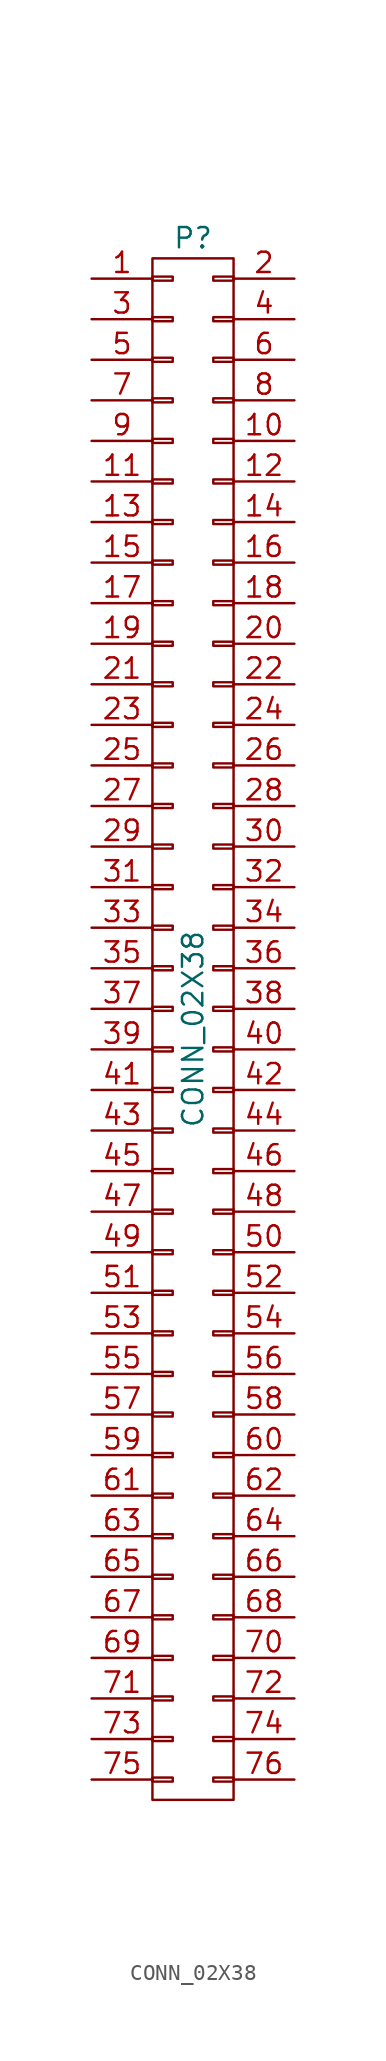
<source format=kicad_sym>
(kicad_symbol_lib
  (version 20231120)
  (generator "kicad_symbol_editor")
  (generator_version "8.0")
  (symbol "CONN_02X38"
    (pin_names
      (offset 0.025) hide)
    (property "Reference" "P"
      (at 0 49.53 0)
      (effects (font (size 1.27 1.27))))
    (property "Value" "CONN_02X38"
      (at 0 0 90)
      (effects (font (size 1.27 1.27))))
    (property "Footprint" ""
      (at 0 -2.54 0)
      (effects (font (size 1.27 1.27))))
    (property "Datasheet" ""
      (at 0 -2.54 0)
      (effects (font (size 1.27 1.27))))
    (symbol "CONN_02X38_0_1"
      (rectangle (start -2.54 -48.26) (end 2.54 48.26) (stroke (width 0) (type solid)) (fill (type none)))
      (rectangle (start -2.54 -46.863) (end -1.27 -47.117) (stroke (width 0) (type solid)) (fill (type none)))
      (rectangle (start -2.54 -44.323) (end -1.27 -44.577) (stroke (width 0) (type solid)) (fill (type none)))
      (rectangle (start -2.54 -41.783) (end -1.27 -42.037) (stroke (width 0) (type solid)) (fill (type none)))
      (rectangle (start -2.54 -39.243) (end -1.27 -39.497) (stroke (width 0) (type solid)) (fill (type none)))
      (rectangle (start -2.54 -36.703) (end -1.27 -36.957) (stroke (width 0) (type solid)) (fill (type none)))
      (rectangle (start -2.54 -34.163) (end -1.27 -34.417) (stroke (width 0) (type solid)) (fill (type none)))
      (rectangle (start -2.54 -31.623) (end -1.27 -31.877) (stroke (width 0) (type solid)) (fill (type none)))
      (rectangle (start -2.54 -29.083) (end -1.27 -29.337) (stroke (width 0) (type solid)) (fill (type none)))
      (rectangle (start -2.54 -26.543) (end -1.27 -26.797) (stroke (width 0) (type solid)) (fill (type none)))
      (rectangle (start -2.54 -24.003) (end -1.27 -24.257) (stroke (width 0) (type solid)) (fill (type none)))
      (rectangle (start -2.54 -21.463) (end -1.27 -21.717) (stroke (width 0) (type solid)) (fill (type none)))
      (rectangle (start -2.54 -18.923) (end -1.27 -19.177) (stroke (width 0) (type solid)) (fill (type none)))
      (rectangle (start -2.54 -16.383) (end -1.27 -16.637) (stroke (width 0) (type solid)) (fill (type none)))
      (rectangle (start -2.54 -13.843) (end -1.27 -14.097) (stroke (width 0) (type solid)) (fill (type none)))
      (rectangle (start -2.54 -11.303) (end -1.27 -11.557) (stroke (width 0) (type solid)) (fill (type none)))
      (rectangle (start -2.54 -8.763) (end -1.27 -9.017) (stroke (width 0) (type solid)) (fill (type none)))
      (rectangle (start -2.54 -6.223) (end -1.27 -6.477) (stroke (width 0) (type solid)) (fill (type none)))
      (rectangle (start -2.54 -3.683) (end -1.27 -3.937) (stroke (width 0) (type solid)) (fill (type none)))
      (rectangle (start -2.54 -1.143) (end -1.27 -1.397) (stroke (width 0) (type solid)) (fill (type none)))
      (rectangle (start -2.54 1.397) (end -1.27 1.143) (stroke (width 0) (type solid)) (fill (type none)))
      (rectangle (start -2.54 3.937) (end -1.27 3.683) (stroke (width 0) (type solid)) (fill (type none)))
      (rectangle (start -2.54 6.477) (end -1.27 6.223) (stroke (width 0) (type solid)) (fill (type none)))
      (rectangle (start -2.54 9.017) (end -1.27 8.763) (stroke (width 0) (type solid)) (fill (type none)))
      (rectangle (start -2.54 11.557) (end -1.27 11.303) (stroke (width 0) (type solid)) (fill (type none)))
      (rectangle (start -2.54 14.097) (end -1.27 13.843) (stroke (width 0) (type solid)) (fill (type none)))
      (rectangle (start -2.54 16.637) (end -1.27 16.383) (stroke (width 0) (type solid)) (fill (type none)))
      (rectangle (start -2.54 19.177) (end -1.27 18.923) (stroke (width 0) (type solid)) (fill (type none)))
      (rectangle (start -2.54 21.717) (end -1.27 21.463) (stroke (width 0) (type solid)) (fill (type none)))
      (rectangle (start -2.54 24.257) (end -1.27 24.003) (stroke (width 0) (type solid)) (fill (type none)))
      (rectangle (start -2.54 26.797) (end -1.27 26.543) (stroke (width 0) (type solid)) (fill (type none)))
      (rectangle (start -2.54 29.337) (end -1.27 29.083) (stroke (width 0) (type solid)) (fill (type none)))
      (rectangle (start -2.54 31.877) (end -1.27 31.623) (stroke (width 0) (type solid)) (fill (type none)))
      (rectangle (start -2.54 34.417) (end -1.27 34.163) (stroke (width 0) (type solid)) (fill (type none)))
      (rectangle (start -2.54 36.957) (end -1.27 36.703) (stroke (width 0) (type solid)) (fill (type none)))
      (rectangle (start -2.54 39.497) (end -1.27 39.243) (stroke (width 0) (type solid)) (fill (type none)))
      (rectangle (start -2.54 42.037) (end -1.27 41.783) (stroke (width 0) (type solid)) (fill (type none)))
      (rectangle (start -2.54 44.577) (end -1.27 44.323) (stroke (width 0) (type solid)) (fill (type none)))
      (rectangle (start -2.54 47.117) (end -1.27 46.863) (stroke (width 0) (type solid)) (fill (type none)))
      (rectangle (start 1.27 -46.863) (end 2.54 -47.117) (stroke (width 0) (type solid)) (fill (type none)))
      (rectangle (start 1.27 -44.323) (end 2.54 -44.577) (stroke (width 0) (type solid)) (fill (type none)))
      (rectangle (start 1.27 -41.783) (end 2.54 -42.037) (stroke (width 0) (type solid)) (fill (type none)))
      (rectangle (start 1.27 -39.243) (end 2.54 -39.497) (stroke (width 0) (type solid)) (fill (type none)))
      (rectangle (start 1.27 -36.703) (end 2.54 -36.957) (stroke (width 0) (type solid)) (fill (type none)))
      (rectangle (start 1.27 -34.163) (end 2.54 -34.417) (stroke (width 0) (type solid)) (fill (type none)))
      (rectangle (start 1.27 -31.623) (end 2.54 -31.877) (stroke (width 0) (type solid)) (fill (type none)))
      (rectangle (start 1.27 -29.083) (end 2.54 -29.337) (stroke (width 0) (type solid)) (fill (type none)))
      (rectangle (start 1.27 -26.543) (end 2.54 -26.797) (stroke (width 0) (type solid)) (fill (type none)))
      (rectangle (start 1.27 -24.003) (end 2.54 -24.257) (stroke (width 0) (type solid)) (fill (type none)))
      (rectangle (start 1.27 -21.463) (end 2.54 -21.717) (stroke (width 0) (type solid)) (fill (type none)))
      (rectangle (start 1.27 -18.923) (end 2.54 -19.177) (stroke (width 0) (type solid)) (fill (type none)))
      (rectangle (start 1.27 -16.383) (end 2.54 -16.637) (stroke (width 0) (type solid)) (fill (type none)))
      (rectangle (start 1.27 -13.843) (end 2.54 -14.097) (stroke (width 0) (type solid)) (fill (type none)))
      (rectangle (start 1.27 -11.303) (end 2.54 -11.557) (stroke (width 0) (type solid)) (fill (type none)))
      (rectangle (start 1.27 -8.763) (end 2.54 -9.017) (stroke (width 0) (type solid)) (fill (type none)))
      (rectangle (start 1.27 -6.223) (end 2.54 -6.477) (stroke (width 0) (type solid)) (fill (type none)))
      (rectangle (start 1.27 -3.683) (end 2.54 -3.937) (stroke (width 0) (type solid)) (fill (type none)))
      (rectangle (start 1.27 -1.143) (end 2.54 -1.397) (stroke (width 0) (type solid)) (fill (type none)))
      (rectangle (start 1.27 1.397) (end 2.54 1.143) (stroke (width 0) (type solid)) (fill (type none)))
      (rectangle (start 1.27 3.937) (end 2.54 3.683) (stroke (width 0) (type solid)) (fill (type none)))
      (rectangle (start 1.27 6.477) (end 2.54 6.223) (stroke (width 0) (type solid)) (fill (type none)))
      (rectangle (start 1.27 9.017) (end 2.54 8.763) (stroke (width 0) (type solid)) (fill (type none)))
      (rectangle (start 1.27 11.557) (end 2.54 11.303) (stroke (width 0) (type solid)) (fill (type none)))
      (rectangle (start 1.27 14.097) (end 2.54 13.843) (stroke (width 0) (type solid)) (fill (type none)))
      (rectangle (start 1.27 16.637) (end 2.54 16.383) (stroke (width 0) (type solid)) (fill (type none)))
      (rectangle (start 1.27 19.177) (end 2.54 18.923) (stroke (width 0) (type solid)) (fill (type none)))
      (rectangle (start 1.27 21.717) (end 2.54 21.463) (stroke (width 0) (type solid)) (fill (type none)))
      (rectangle (start 1.27 24.257) (end 2.54 24.003) (stroke (width 0) (type solid)) (fill (type none)))
      (rectangle (start 1.27 26.797) (end 2.54 26.543) (stroke (width 0) (type solid)) (fill (type none)))
      (rectangle (start 1.27 29.337) (end 2.54 29.083) (stroke (width 0) (type solid)) (fill (type none)))
      (rectangle (start 1.27 31.877) (end 2.54 31.623) (stroke (width 0) (type solid)) (fill (type none)))
      (rectangle (start 1.27 34.417) (end 2.54 34.163) (stroke (width 0) (type solid)) (fill (type none)))
      (rectangle (start 1.27 36.957) (end 2.54 36.703) (stroke (width 0) (type solid)) (fill (type none)))
      (rectangle (start 1.27 39.497) (end 2.54 39.243) (stroke (width 0) (type solid)) (fill (type none)))
      (rectangle (start 1.27 42.037) (end 2.54 41.783) (stroke (width 0) (type solid)) (fill (type none)))
      (rectangle (start 1.27 44.577) (end 2.54 44.323) (stroke (width 0) (type solid)) (fill (type none)))
      (rectangle (start 1.27 47.117) (end 2.54 46.863) (stroke (width 0) (type solid)) (fill (type none))))
    (symbol "CONN_02X38_1_1"
      (pin passive line (at -6.35 46.99 0) (length 3.81) (name "P1" (effects (font (size 1.27 1.27)))) (number "1" (effects (font (size 1.27 1.27)))))
      (pin passive line (at 6.35 36.83 180) (length 3.81) (name "P10" (effects (font (size 1.27 1.27)))) (number "10" (effects (font (size 1.27 1.27)))))
      (pin passive line (at -6.35 34.29 0) (length 3.81) (name "P11" (effects (font (size 1.27 1.27)))) (number "11" (effects (font (size 1.27 1.27)))))
      (pin passive line (at 6.35 34.29 180) (length 3.81) (name "P12" (effects (font (size 1.27 1.27)))) (number "12" (effects (font (size 1.27 1.27)))))
      (pin passive line (at -6.35 31.75 0) (length 3.81) (name "P13" (effects (font (size 1.27 1.27)))) (number "13" (effects (font (size 1.27 1.27)))))
      (pin passive line (at 6.35 31.75 180) (length 3.81) (name "P14" (effects (font (size 1.27 1.27)))) (number "14" (effects (font (size 1.27 1.27)))))
      (pin passive line (at -6.35 29.21 0) (length 3.81) (name "P15" (effects (font (size 1.27 1.27)))) (number "15" (effects (font (size 1.27 1.27)))))
      (pin passive line (at 6.35 29.21 180) (length 3.81) (name "P16" (effects (font (size 1.27 1.27)))) (number "16" (effects (font (size 1.27 1.27)))))
      (pin passive line (at -6.35 26.67 0) (length 3.81) (name "P17" (effects (font (size 1.27 1.27)))) (number "17" (effects (font (size 1.27 1.27)))))
      (pin passive line (at 6.35 26.67 180) (length 3.81) (name "P18" (effects (font (size 1.27 1.27)))) (number "18" (effects (font (size 1.27 1.27)))))
      (pin passive line (at -6.35 24.13 0) (length 3.81) (name "P19" (effects (font (size 1.27 1.27)))) (number "19" (effects (font (size 1.27 1.27)))))
      (pin passive line (at 6.35 46.99 180) (length 3.81) (name "P2" (effects (font (size 1.27 1.27)))) (number "2" (effects (font (size 1.27 1.27)))))
      (pin passive line (at 6.35 24.13 180) (length 3.81) (name "P20" (effects (font (size 1.27 1.27)))) (number "20" (effects (font (size 1.27 1.27)))))
      (pin passive line (at -6.35 21.59 0) (length 3.81) (name "P21" (effects (font (size 1.27 1.27)))) (number "21" (effects (font (size 1.27 1.27)))))
      (pin passive line (at 6.35 21.59 180) (length 3.81) (name "P22" (effects (font (size 1.27 1.27)))) (number "22" (effects (font (size 1.27 1.27)))))
      (pin passive line (at -6.35 19.05 0) (length 3.81) (name "P23" (effects (font (size 1.27 1.27)))) (number "23" (effects (font (size 1.27 1.27)))))
      (pin passive line (at 6.35 19.05 180) (length 3.81) (name "P24" (effects (font (size 1.27 1.27)))) (number "24" (effects (font (size 1.27 1.27)))))
      (pin passive line (at -6.35 16.51 0) (length 3.81) (name "P25" (effects (font (size 1.27 1.27)))) (number "25" (effects (font (size 1.27 1.27)))))
      (pin passive line (at 6.35 16.51 180) (length 3.81) (name "P26" (effects (font (size 1.27 1.27)))) (number "26" (effects (font (size 1.27 1.27)))))
      (pin passive line (at -6.35 13.97 0) (length 3.81) (name "P27" (effects (font (size 1.27 1.27)))) (number "27" (effects (font (size 1.27 1.27)))))
      (pin passive line (at 6.35 13.97 180) (length 3.81) (name "P28" (effects (font (size 1.27 1.27)))) (number "28" (effects (font (size 1.27 1.27)))))
      (pin passive line (at -6.35 11.43 0) (length 3.81) (name "P29" (effects (font (size 1.27 1.27)))) (number "29" (effects (font (size 1.27 1.27)))))
      (pin passive line (at -6.35 44.45 0) (length 3.81) (name "P3" (effects (font (size 1.27 1.27)))) (number "3" (effects (font (size 1.27 1.27)))))
      (pin passive line (at 6.35 11.43 180) (length 3.81) (name "P30" (effects (font (size 1.27 1.27)))) (number "30" (effects (font (size 1.27 1.27)))))
      (pin passive line (at -6.35 8.89 0) (length 3.81) (name "P31" (effects (font (size 1.27 1.27)))) (number "31" (effects (font (size 1.27 1.27)))))
      (pin passive line (at 6.35 8.89 180) (length 3.81) (name "P32" (effects (font (size 1.27 1.27)))) (number "32" (effects (font (size 1.27 1.27)))))
      (pin passive line (at -6.35 6.35 0) (length 3.81) (name "P33" (effects (font (size 1.27 1.27)))) (number "33" (effects (font (size 1.27 1.27)))))
      (pin passive line (at 6.35 6.35 180) (length 3.81) (name "P34" (effects (font (size 1.27 1.27)))) (number "34" (effects (font (size 1.27 1.27)))))
      (pin passive line (at -6.35 3.81 0) (length 3.81) (name "P35" (effects (font (size 1.27 1.27)))) (number "35" (effects (font (size 1.27 1.27)))))
      (pin passive line (at 6.35 3.81 180) (length 3.81) (name "P36" (effects (font (size 1.27 1.27)))) (number "36" (effects (font (size 1.27 1.27)))))
      (pin passive line (at -6.35 1.27 0) (length 3.81) (name "P37" (effects (font (size 1.27 1.27)))) (number "37" (effects (font (size 1.27 1.27)))))
      (pin passive line (at 6.35 1.27 180) (length 3.81) (name "P38" (effects (font (size 1.27 1.27)))) (number "38" (effects (font (size 1.27 1.27)))))
      (pin passive line (at -6.35 -1.27 0) (length 3.81) (name "P39" (effects (font (size 1.27 1.27)))) (number "39" (effects (font (size 1.27 1.27)))))
      (pin passive line (at 6.35 44.45 180) (length 3.81) (name "P4" (effects (font (size 1.27 1.27)))) (number "4" (effects (font (size 1.27 1.27)))))
      (pin passive line (at 6.35 -1.27 180) (length 3.81) (name "P40" (effects (font (size 1.27 1.27)))) (number "40" (effects (font (size 1.27 1.27)))))
      (pin passive line (at -6.35 -3.81 0) (length 3.81) (name "P41" (effects (font (size 1.27 1.27)))) (number "41" (effects (font (size 1.27 1.27)))))
      (pin passive line (at 6.35 -3.81 180) (length 3.81) (name "P42" (effects (font (size 1.27 1.27)))) (number "42" (effects (font (size 1.27 1.27)))))
      (pin passive line (at -6.35 -6.35 0) (length 3.81) (name "P43" (effects (font (size 1.27 1.27)))) (number "43" (effects (font (size 1.27 1.27)))))
      (pin passive line (at 6.35 -6.35 180) (length 3.81) (name "P44" (effects (font (size 1.27 1.27)))) (number "44" (effects (font (size 1.27 1.27)))))
      (pin passive line (at -6.35 -8.89 0) (length 3.81) (name "P45" (effects (font (size 1.27 1.27)))) (number "45" (effects (font (size 1.27 1.27)))))
      (pin passive line (at 6.35 -8.89 180) (length 3.81) (name "P46" (effects (font (size 1.27 1.27)))) (number "46" (effects (font (size 1.27 1.27)))))
      (pin passive line (at -6.35 -11.43 0) (length 3.81) (name "P47" (effects (font (size 1.27 1.27)))) (number "47" (effects (font (size 1.27 1.27)))))
      (pin passive line (at 6.35 -11.43 180) (length 3.81) (name "P48" (effects (font (size 1.27 1.27)))) (number "48" (effects (font (size 1.27 1.27)))))
      (pin passive line (at -6.35 -13.97 0) (length 3.81) (name "P49" (effects (font (size 1.27 1.27)))) (number "49" (effects (font (size 1.27 1.27)))))
      (pin passive line (at -6.35 41.91 0) (length 3.81) (name "P5" (effects (font (size 1.27 1.27)))) (number "5" (effects (font (size 1.27 1.27)))))
      (pin passive line (at 6.35 -13.97 180) (length 3.81) (name "P50" (effects (font (size 1.27 1.27)))) (number "50" (effects (font (size 1.27 1.27)))))
      (pin passive line (at -6.35 -16.51 0) (length 3.81) (name "P51" (effects (font (size 1.27 1.27)))) (number "51" (effects (font (size 1.27 1.27)))))
      (pin passive line (at 6.35 -16.51 180) (length 3.81) (name "P52" (effects (font (size 1.27 1.27)))) (number "52" (effects (font (size 1.27 1.27)))))
      (pin passive line (at -6.35 -19.05 0) (length 3.81) (name "P53" (effects (font (size 1.27 1.27)))) (number "53" (effects (font (size 1.27 1.27)))))
      (pin passive line (at 6.35 -19.05 180) (length 3.81) (name "P54" (effects (font (size 1.27 1.27)))) (number "54" (effects (font (size 1.27 1.27)))))
      (pin passive line (at -6.35 -21.59 0) (length 3.81) (name "P55" (effects (font (size 1.27 1.27)))) (number "55" (effects (font (size 1.27 1.27)))))
      (pin passive line (at 6.35 -21.59 180) (length 3.81) (name "P56" (effects (font (size 1.27 1.27)))) (number "56" (effects (font (size 1.27 1.27)))))
      (pin passive line (at -6.35 -24.13 0) (length 3.81) (name "P57" (effects (font (size 1.27 1.27)))) (number "57" (effects (font (size 1.27 1.27)))))
      (pin passive line (at 6.35 -24.13 180) (length 3.81) (name "P58" (effects (font (size 1.27 1.27)))) (number "58" (effects (font (size 1.27 1.27)))))
      (pin passive line (at -6.35 -26.67 0) (length 3.81) (name "P59" (effects (font (size 1.27 1.27)))) (number "59" (effects (font (size 1.27 1.27)))))
      (pin passive line (at 6.35 41.91 180) (length 3.81) (name "P6" (effects (font (size 1.27 1.27)))) (number "6" (effects (font (size 1.27 1.27)))))
      (pin passive line (at 6.35 -26.67 180) (length 3.81) (name "P60" (effects (font (size 1.27 1.27)))) (number "60" (effects (font (size 1.27 1.27)))))
      (pin passive line (at -6.35 -29.21 0) (length 3.81) (name "P61" (effects (font (size 1.27 1.27)))) (number "61" (effects (font (size 1.27 1.27)))))
      (pin passive line (at 6.35 -29.21 180) (length 3.81) (name "P62" (effects (font (size 1.27 1.27)))) (number "62" (effects (font (size 1.27 1.27)))))
      (pin passive line (at -6.35 -31.75 0) (length 3.81) (name "P63" (effects (font (size 1.27 1.27)))) (number "63" (effects (font (size 1.27 1.27)))))
      (pin passive line (at 6.35 -31.75 180) (length 3.81) (name "P64" (effects (font (size 1.27 1.27)))) (number "64" (effects (font (size 1.27 1.27)))))
      (pin passive line (at -6.35 -34.29 0) (length 3.81) (name "P65" (effects (font (size 1.27 1.27)))) (number "65" (effects (font (size 1.27 1.27)))))
      (pin passive line (at 6.35 -34.29 180) (length 3.81) (name "P66" (effects (font (size 1.27 1.27)))) (number "66" (effects (font (size 1.27 1.27)))))
      (pin passive line (at -6.35 -36.83 0) (length 3.81) (name "P67" (effects (font (size 1.27 1.27)))) (number "67" (effects (font (size 1.27 1.27)))))
      (pin passive line (at 6.35 -36.83 180) (length 3.81) (name "P68" (effects (font (size 1.27 1.27)))) (number "68" (effects (font (size 1.27 1.27)))))
      (pin passive line (at -6.35 -39.37 0) (length 3.81) (name "P69" (effects (font (size 1.27 1.27)))) (number "69" (effects (font (size 1.27 1.27)))))
      (pin passive line (at -6.35 39.37 0) (length 3.81) (name "P7" (effects (font (size 1.27 1.27)))) (number "7" (effects (font (size 1.27 1.27)))))
      (pin passive line (at 6.35 -39.37 180) (length 3.81) (name "P70" (effects (font (size 1.27 1.27)))) (number "70" (effects (font (size 1.27 1.27)))))
      (pin passive line (at -6.35 -41.91 0) (length 3.81) (name "P71" (effects (font (size 1.27 1.27)))) (number "71" (effects (font (size 1.27 1.27)))))
      (pin passive line (at 6.35 -41.91 180) (length 3.81) (name "P72" (effects (font (size 1.27 1.27)))) (number "72" (effects (font (size 1.27 1.27)))))
      (pin passive line (at -6.35 -44.45 0) (length 3.81) (name "P73" (effects (font (size 1.27 1.27)))) (number "73" (effects (font (size 1.27 1.27)))))
      (pin passive line (at 6.35 -44.45 180) (length 3.81) (name "P74" (effects (font (size 1.27 1.27)))) (number "74" (effects (font (size 1.27 1.27)))))
      (pin passive line (at -6.35 -46.99 0) (length 3.81) (name "P75" (effects (font (size 1.27 1.27)))) (number "75" (effects (font (size 1.27 1.27)))))
      (pin passive line (at 6.35 -46.99 180) (length 3.81) (name "P76" (effects (font (size 1.27 1.27)))) (number "76" (effects (font (size 1.27 1.27)))))
      (pin passive line (at 6.35 39.37 180) (length 3.81) (name "P8" (effects (font (size 1.27 1.27)))) (number "8" (effects (font (size 1.27 1.27)))))
      (pin passive line (at -6.35 36.83 0) (length 3.81) (name "P9" (effects (font (size 1.27 1.27)))) (number "9" (effects (font (size 1.27 1.27))))))))
</source>
